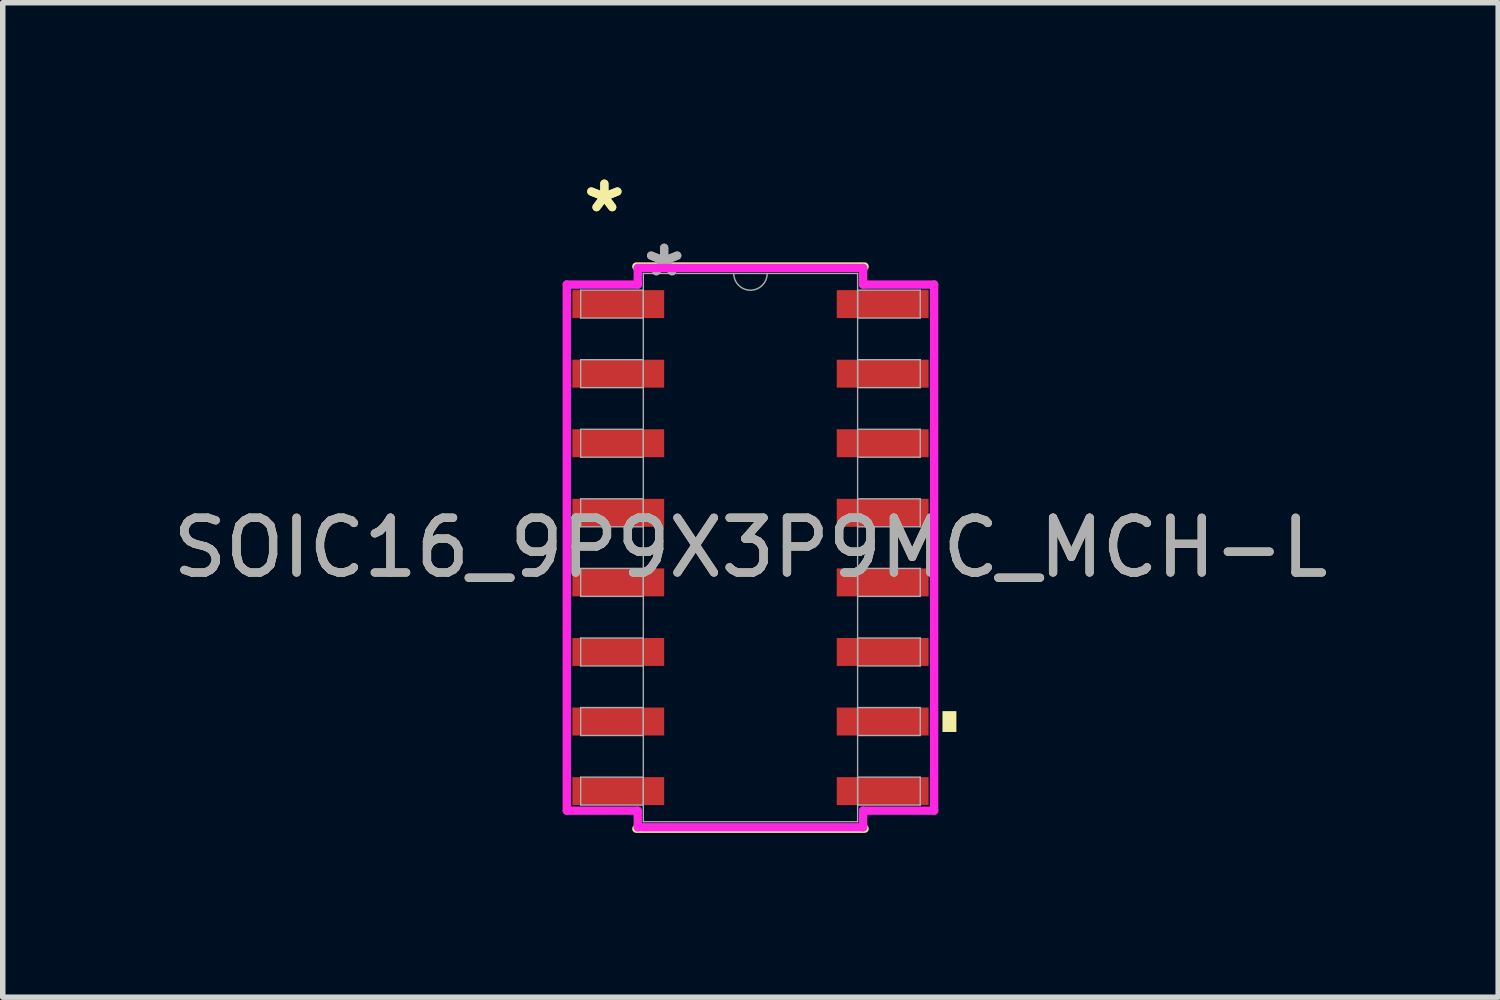
<source format=kicad_pcb>
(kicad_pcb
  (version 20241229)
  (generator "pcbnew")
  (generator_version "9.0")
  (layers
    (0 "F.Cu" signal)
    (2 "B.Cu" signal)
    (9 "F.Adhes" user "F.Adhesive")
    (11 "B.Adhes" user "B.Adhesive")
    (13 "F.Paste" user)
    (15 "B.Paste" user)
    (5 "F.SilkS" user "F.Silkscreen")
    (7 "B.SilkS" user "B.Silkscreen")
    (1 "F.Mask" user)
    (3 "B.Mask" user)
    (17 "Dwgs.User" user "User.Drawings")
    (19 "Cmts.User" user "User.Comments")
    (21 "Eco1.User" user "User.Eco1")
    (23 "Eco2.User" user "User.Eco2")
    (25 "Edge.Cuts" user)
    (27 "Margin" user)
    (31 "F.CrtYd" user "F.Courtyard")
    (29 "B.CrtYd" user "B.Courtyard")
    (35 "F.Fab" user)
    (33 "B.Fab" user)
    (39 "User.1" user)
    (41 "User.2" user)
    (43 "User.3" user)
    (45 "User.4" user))
  (footprint "SOIC16_9P9X3P9MC_MCH-L"
    (layer "F.Cu")
    (at 10.649 6.946)
    (property "Reference" "SOIC16_9P9X3P9MC_MCH-L" (at 0 0 0) (unlocked yes) (layer "F.SilkS") (effects (font (size 1 1) (thickness 0.15))))
    (attr smd)
    (fp_line (start -2.083 5.131) (end 2.083 5.131) (stroke (width 0.152) (type solid)) (layer "F.SilkS"))
    (fp_line (start 2.083 -5.131) (end -2.083 -5.131) (stroke (width 0.152) (type solid)) (layer "F.SilkS"))
    (fp_poly (pts (xy 3.759 2.985) (xy 3.759 3.365) (xy 3.505 3.365) (xy 3.505 2.985)) (stroke (width 0) (type solid)) (fill yes) (layer "F.SilkS"))
    (fp_line (start -3.353 -4.802) (end -2.057 -4.802) (stroke (width 0.152) (type solid)) (layer "F.CrtYd"))
    (fp_line (start -3.353 4.802) (end -3.353 -4.802) (stroke (width 0.152) (type solid)) (layer "F.CrtYd"))
    (fp_line (start -3.353 4.802) (end -2.057 4.802) (stroke (width 0.152) (type solid)) (layer "F.CrtYd"))
    (fp_line (start -2.057 -5.105) (end 2.057 -5.105) (stroke (width 0.152) (type solid)) (layer "F.CrtYd"))
    (fp_line (start -2.057 -4.802) (end -2.057 -5.105) (stroke (width 0.152) (type solid)) (layer "F.CrtYd"))
    (fp_line (start -2.057 5.105) (end -2.057 4.802) (stroke (width 0.152) (type solid)) (layer "F.CrtYd"))
    (fp_line (start 2.057 -5.105) (end 2.057 -4.802) (stroke (width 0.152) (type solid)) (layer "F.CrtYd"))
    (fp_line (start 2.057 4.802) (end 2.057 5.105) (stroke (width 0.152) (type solid)) (layer "F.CrtYd"))
    (fp_line (start 2.057 5.105) (end -2.057 5.105) (stroke (width 0.152) (type solid)) (layer "F.CrtYd"))
    (fp_line (start 3.353 -4.802) (end 2.057 -4.802) (stroke (width 0.152) (type solid)) (layer "F.CrtYd"))
    (fp_line (start 3.353 -4.802) (end 3.353 4.802) (stroke (width 0.152) (type solid)) (layer "F.CrtYd"))
    (fp_line (start 3.353 4.802) (end 2.057 4.802) (stroke (width 0.152) (type solid)) (layer "F.CrtYd"))
    (fp_line (start -3.099 -4.7) (end -3.099 -4.19) (stroke (width 0.025) (type solid)) (layer "F.Fab"))
    (fp_line (start -3.099 -4.19) (end -1.956 -4.19) (stroke (width 0.025) (type solid)) (layer "F.Fab"))
    (fp_line (start -3.099 -3.43) (end -3.099 -2.92) (stroke (width 0.025) (type solid)) (layer "F.Fab"))
    (fp_line (start -3.099 -2.92) (end -1.956 -2.92) (stroke (width 0.025) (type solid)) (layer "F.Fab"))
    (fp_line (start -3.099 -2.16) (end -3.099 -1.65) (stroke (width 0.025) (type solid)) (layer "F.Fab"))
    (fp_line (start -3.099 -1.65) (end -1.956 -1.65) (stroke (width 0.025) (type solid)) (layer "F.Fab"))
    (fp_line (start -3.099 -0.89) (end -3.099 -0.38) (stroke (width 0.025) (type solid)) (layer "F.Fab"))
    (fp_line (start -3.099 -0.38) (end -1.956 -0.38) (stroke (width 0.025) (type solid)) (layer "F.Fab"))
    (fp_line (start -3.099 0.38) (end -3.099 0.89) (stroke (width 0.025) (type solid)) (layer "F.Fab"))
    (fp_line (start -3.099 0.89) (end -1.956 0.89) (stroke (width 0.025) (type solid)) (layer "F.Fab"))
    (fp_line (start -3.099 1.65) (end -3.099 2.16) (stroke (width 0.025) (type solid)) (layer "F.Fab"))
    (fp_line (start -3.099 2.16) (end -1.956 2.16) (stroke (width 0.025) (type solid)) (layer "F.Fab"))
    (fp_line (start -3.099 2.92) (end -3.099 3.43) (stroke (width 0.025) (type solid)) (layer "F.Fab"))
    (fp_line (start -3.099 3.43) (end -1.956 3.43) (stroke (width 0.025) (type solid)) (layer "F.Fab"))
    (fp_line (start -3.099 4.19) (end -3.099 4.7) (stroke (width 0.025) (type solid)) (layer "F.Fab"))
    (fp_line (start -3.099 4.7) (end -1.956 4.7) (stroke (width 0.025) (type solid)) (layer "F.Fab"))
    (fp_line (start -1.956 -5.004) (end -1.956 5.004) (stroke (width 0.025) (type solid)) (layer "F.Fab"))
    (fp_line (start -1.956 -4.7) (end -3.099 -4.7) (stroke (width 0.025) (type solid)) (layer "F.Fab"))
    (fp_line (start -1.956 -4.19) (end -1.956 -4.7) (stroke (width 0.025) (type solid)) (layer "F.Fab"))
    (fp_line (start -1.956 -3.43) (end -3.099 -3.43) (stroke (width 0.025) (type solid)) (layer "F.Fab"))
    (fp_line (start -1.956 -2.92) (end -1.956 -3.43) (stroke (width 0.025) (type solid)) (layer "F.Fab"))
    (fp_line (start -1.956 -2.16) (end -3.099 -2.16) (stroke (width 0.025) (type solid)) (layer "F.Fab"))
    (fp_line (start -1.956 -1.65) (end -1.956 -2.16) (stroke (width 0.025) (type solid)) (layer "F.Fab"))
    (fp_line (start -1.956 -0.89) (end -3.099 -0.89) (stroke (width 0.025) (type solid)) (layer "F.Fab"))
    (fp_line (start -1.956 -0.38) (end -1.956 -0.89) (stroke (width 0.025) (type solid)) (layer "F.Fab"))
    (fp_line (start -1.956 0.38) (end -3.099 0.38) (stroke (width 0.025) (type solid)) (layer "F.Fab"))
    (fp_line (start -1.956 0.89) (end -1.956 0.38) (stroke (width 0.025) (type solid)) (layer "F.Fab"))
    (fp_line (start -1.956 1.65) (end -3.099 1.65) (stroke (width 0.025) (type solid)) (layer "F.Fab"))
    (fp_line (start -1.956 2.16) (end -1.956 1.65) (stroke (width 0.025) (type solid)) (layer "F.Fab"))
    (fp_line (start -1.956 2.92) (end -3.099 2.92) (stroke (width 0.025) (type solid)) (layer "F.Fab"))
    (fp_line (start -1.956 3.43) (end -1.956 2.92) (stroke (width 0.025) (type solid)) (layer "F.Fab"))
    (fp_line (start -1.956 4.19) (end -3.099 4.19) (stroke (width 0.025) (type solid)) (layer "F.Fab"))
    (fp_line (start -1.956 4.7) (end -1.956 4.19) (stroke (width 0.025) (type solid)) (layer "F.Fab"))
    (fp_line (start -1.956 5.004) (end 1.956 5.004) (stroke (width 0.025) (type solid)) (layer "F.Fab"))
    (fp_line (start 1.956 -5.004) (end -1.956 -5.004) (stroke (width 0.025) (type solid)) (layer "F.Fab"))
    (fp_line (start 1.956 -4.7) (end 1.956 -4.19) (stroke (width 0.025) (type solid)) (layer "F.Fab"))
    (fp_line (start 1.956 -4.19) (end 3.099 -4.19) (stroke (width 0.025) (type solid)) (layer "F.Fab"))
    (fp_line (start 1.956 -3.43) (end 1.956 -2.92) (stroke (width 0.025) (type solid)) (layer "F.Fab"))
    (fp_line (start 1.956 -2.92) (end 3.099 -2.92) (stroke (width 0.025) (type solid)) (layer "F.Fab"))
    (fp_line (start 1.956 -2.16) (end 1.956 -1.65) (stroke (width 0.025) (type solid)) (layer "F.Fab"))
    (fp_line (start 1.956 -1.65) (end 3.099 -1.65) (stroke (width 0.025) (type solid)) (layer "F.Fab"))
    (fp_line (start 1.956 -0.89) (end 1.956 -0.38) (stroke (width 0.025) (type solid)) (layer "F.Fab"))
    (fp_line (start 1.956 -0.38) (end 3.099 -0.38) (stroke (width 0.025) (type solid)) (layer "F.Fab"))
    (fp_line (start 1.956 0.38) (end 1.956 0.89) (stroke (width 0.025) (type solid)) (layer "F.Fab"))
    (fp_line (start 1.956 0.89) (end 3.099 0.89) (stroke (width 0.025) (type solid)) (layer "F.Fab"))
    (fp_line (start 1.956 1.65) (end 1.956 2.16) (stroke (width 0.025) (type solid)) (layer "F.Fab"))
    (fp_line (start 1.956 2.16) (end 3.099 2.16) (stroke (width 0.025) (type solid)) (layer "F.Fab"))
    (fp_line (start 1.956 2.92) (end 1.956 3.43) (stroke (width 0.025) (type solid)) (layer "F.Fab"))
    (fp_line (start 1.956 3.43) (end 3.099 3.43) (stroke (width 0.025) (type solid)) (layer "F.Fab"))
    (fp_line (start 1.956 4.19) (end 1.956 4.7) (stroke (width 0.025) (type solid)) (layer "F.Fab"))
    (fp_line (start 1.956 4.7) (end 3.099 4.7) (stroke (width 0.025) (type solid)) (layer "F.Fab"))
    (fp_line (start 1.956 5.004) (end 1.956 -5.004) (stroke (width 0.025) (type solid)) (layer "F.Fab"))
    (fp_line (start 3.099 -4.7) (end 1.956 -4.7) (stroke (width 0.025) (type solid)) (layer "F.Fab"))
    (fp_line (start 3.099 -4.19) (end 3.099 -4.7) (stroke (width 0.025) (type solid)) (layer "F.Fab"))
    (fp_line (start 3.099 -3.43) (end 1.956 -3.43) (stroke (width 0.025) (type solid)) (layer "F.Fab"))
    (fp_line (start 3.099 -2.92) (end 3.099 -3.43) (stroke (width 0.025) (type solid)) (layer "F.Fab"))
    (fp_line (start 3.099 -2.16) (end 1.956 -2.16) (stroke (width 0.025) (type solid)) (layer "F.Fab"))
    (fp_line (start 3.099 -1.65) (end 3.099 -2.16) (stroke (width 0.025) (type solid)) (layer "F.Fab"))
    (fp_line (start 3.099 -0.89) (end 1.956 -0.89) (stroke (width 0.025) (type solid)) (layer "F.Fab"))
    (fp_line (start 3.099 -0.38) (end 3.099 -0.89) (stroke (width 0.025) (type solid)) (layer "F.Fab"))
    (fp_line (start 3.099 0.38) (end 1.956 0.38) (stroke (width 0.025) (type solid)) (layer "F.Fab"))
    (fp_line (start 3.099 0.89) (end 3.099 0.38) (stroke (width 0.025) (type solid)) (layer "F.Fab"))
    (fp_line (start 3.099 1.65) (end 1.956 1.65) (stroke (width 0.025) (type solid)) (layer "F.Fab"))
    (fp_line (start 3.099 2.16) (end 3.099 1.65) (stroke (width 0.025) (type solid)) (layer "F.Fab"))
    (fp_line (start 3.099 2.92) (end 1.956 2.92) (stroke (width 0.025) (type solid)) (layer "F.Fab"))
    (fp_line (start 3.099 3.43) (end 3.099 2.92) (stroke (width 0.025) (type solid)) (layer "F.Fab"))
    (fp_line (start 3.099 4.19) (end 1.956 4.19) (stroke (width 0.025) (type solid)) (layer "F.Fab"))
    (fp_line (start 3.099 4.7) (end 3.099 4.19) (stroke (width 0.025) (type solid)) (layer "F.Fab"))
    (fp_arc (start 0.3048 -5.0038) (mid 0 -4.699) (end -0.3048 -5.0038) (stroke (width 0.0254) (type solid)) (layer "F.Fab"))
    (fp_text user "*" (at -2.667 -6.098 0) (unlocked yes) (layer "F.SilkS") (effects (font (size 1 1) (thickness 0.15))))
    (fp_text user "*" (at -2.667 -6.098 0) (layer "F.SilkS") (effects (font (size 1 1) (thickness 0.15))))
    (fp_text user "*" (at -1.575 -4.928 0) (unlocked yes) (layer "F.Fab") (effects (font (size 1 1) (thickness 0.15))))
    (fp_text user "*" (at -1.575 -4.928 0) (layer "F.Fab") (effects (font (size 1 1) (thickness 0.15))))
    (fp_text user "${REFERENCE}" (at 0 0 0) (unlocked yes) (layer "F.Fab") (effects (font (size 1 1) (thickness 0.15))))
    (pad "1" smd rect (at -2.413 -4.445) (size 1.676 0.51) (layers "F.Cu" "F.Mask" "F.Paste"))
    (pad "2" smd rect (at -2.413 -3.175) (size 1.676 0.51) (layers "F.Cu" "F.Mask" "F.Paste"))
    (pad "3" smd rect (at -2.413 -1.905) (size 1.676 0.51) (layers "F.Cu" "F.Mask" "F.Paste"))
    (pad "4" smd rect (at -2.413 -0.635) (size 1.676 0.51) (layers "F.Cu" "F.Mask" "F.Paste"))
    (pad "5" smd rect (at -2.413 0.635) (size 1.676 0.51) (layers "F.Cu" "F.Mask" "F.Paste"))
    (pad "6" smd rect (at -2.413 1.905) (size 1.676 0.51) (layers "F.Cu" "F.Mask" "F.Paste"))
    (pad "7" smd rect (at -2.413 3.175) (size 1.676 0.51) (layers "F.Cu" "F.Mask" "F.Paste"))
    (pad "8" smd rect (at -2.413 4.445) (size 1.676 0.51) (layers "F.Cu" "F.Mask" "F.Paste"))
    (pad "9" smd rect (at 2.413 4.445) (size 1.676 0.51) (layers "F.Cu" "F.Mask" "F.Paste"))
    (pad "10" smd rect (at 2.413 3.175) (size 1.676 0.51) (layers "F.Cu" "F.Mask" "F.Paste"))
    (pad "11" smd rect (at 2.413 1.905) (size 1.676 0.51) (layers "F.Cu" "F.Mask" "F.Paste"))
    (pad "12" smd rect (at 2.413 0.635) (size 1.676 0.51) (layers "F.Cu" "F.Mask" "F.Paste"))
    (pad "13" smd rect (at 2.413 -0.635) (size 1.676 0.51) (layers "F.Cu" "F.Mask" "F.Paste"))
    (pad "14" smd rect (at 2.413 -1.905) (size 1.676 0.51) (layers "F.Cu" "F.Mask" "F.Paste"))
    (pad "15" smd rect (at 2.413 -3.175) (size 1.676 0.51) (layers "F.Cu" "F.Mask" "F.Paste"))
    (pad "16" smd rect (at 2.413 -4.445) (size 1.676 0.51) (layers "F.Cu" "F.Mask" "F.Paste")))
  (gr_rect
    (start -3 -3)
    (end 24.298 15.153)
    (stroke (width 0.1) (type default))
    (fill no)
    (layer "Edge.Cuts")))
</source>
